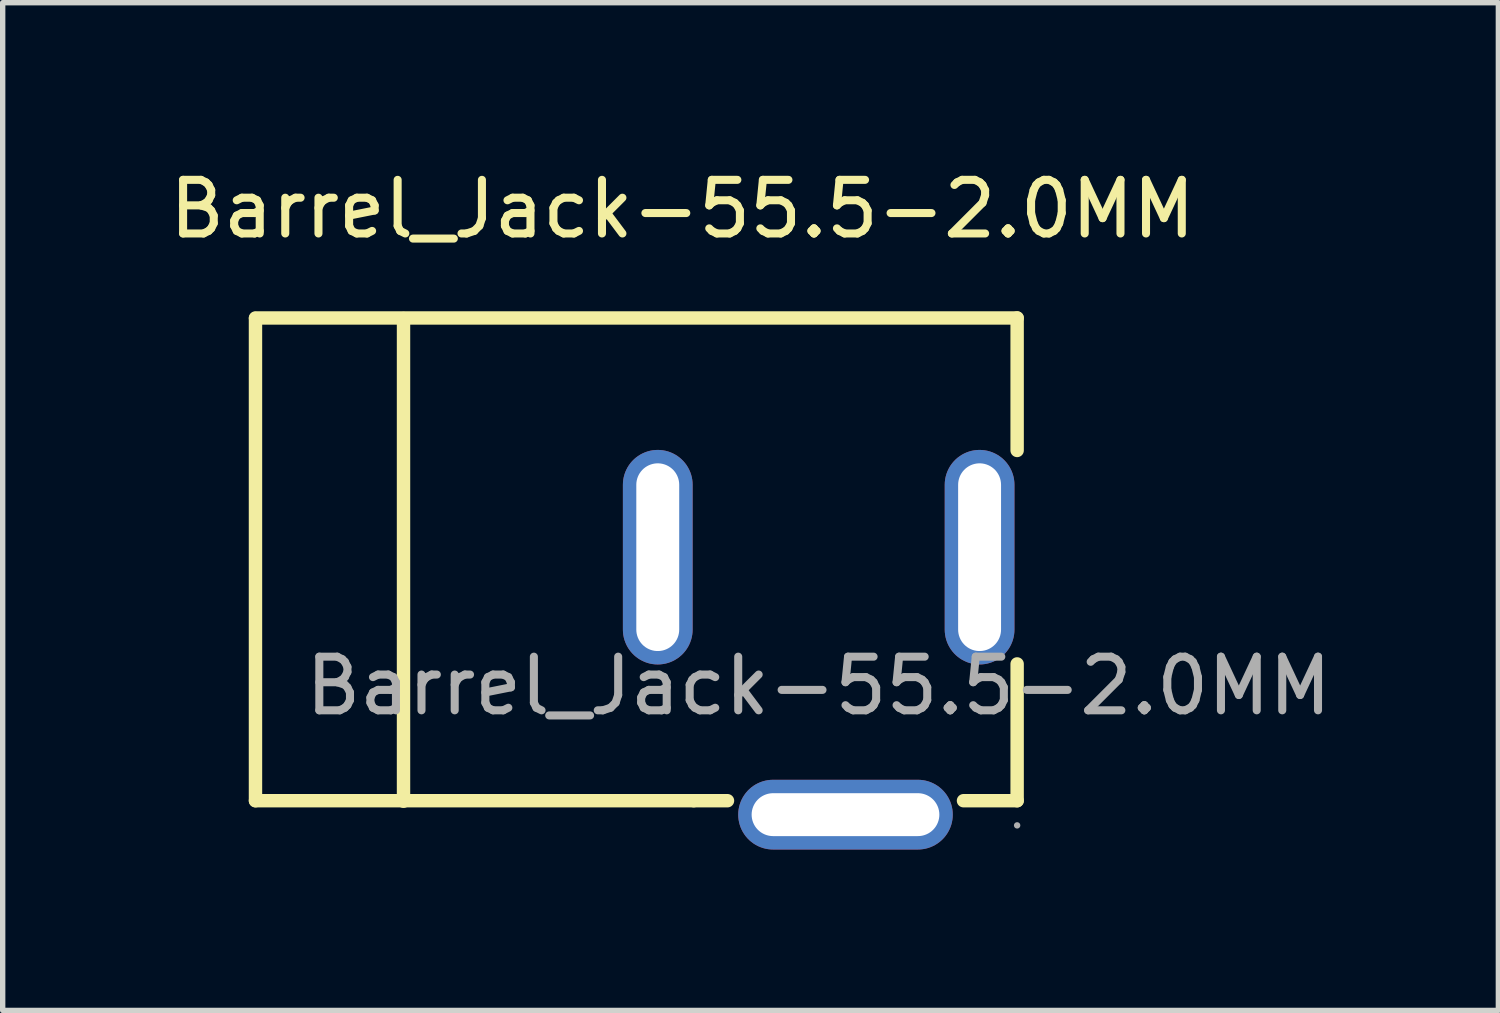
<source format=kicad_pcb>
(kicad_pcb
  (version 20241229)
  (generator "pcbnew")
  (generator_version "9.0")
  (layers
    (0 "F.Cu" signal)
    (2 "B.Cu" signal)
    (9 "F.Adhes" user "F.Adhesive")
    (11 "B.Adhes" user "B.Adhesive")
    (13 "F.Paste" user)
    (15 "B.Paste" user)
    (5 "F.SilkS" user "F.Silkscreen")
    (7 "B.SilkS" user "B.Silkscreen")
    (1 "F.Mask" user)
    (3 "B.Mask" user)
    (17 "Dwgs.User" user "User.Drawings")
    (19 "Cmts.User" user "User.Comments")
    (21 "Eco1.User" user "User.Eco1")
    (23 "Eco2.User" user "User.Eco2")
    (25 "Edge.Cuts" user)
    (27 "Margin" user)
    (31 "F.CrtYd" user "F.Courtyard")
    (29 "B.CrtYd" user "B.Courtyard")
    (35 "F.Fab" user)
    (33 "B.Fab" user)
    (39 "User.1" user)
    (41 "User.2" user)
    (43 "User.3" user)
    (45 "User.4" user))
  (footprint "Barrel_Jack-55.5-2.0MM"
    (layer "F.Cu")
    (at 12.213 9.738)
    (property "Reference" "Barrel_Jack-55.5-2.0MM" (at -2.54 -8.89 0) (layer "F.SilkS") (effects (font (size 1 1) (thickness 0.15))))
    (attr through_hole)
    (fp_line (start -10.5 -6.86) (end 3.7 -6.86) (stroke (width 0.25) (type solid)) (layer "F.SilkS"))
    (fp_line (start -10.5 -6.85) (end -10.5 2.14) (stroke (width 0.25) (type solid)) (layer "F.SilkS"))
    (fp_line (start -10.5 2.14) (end -2.33 2.14) (stroke (width 0.25) (type solid)) (layer "F.SilkS"))
    (fp_line (start -7.74 -6.85) (end -7.74 2.15) (stroke (width 0.25) (type solid)) (layer "F.SilkS"))
    (fp_line (start -1.7 2.14) (end -2.33 2.14) (stroke (width 0.25) (type solid)) (layer "F.SilkS"))
    (fp_line (start 3.7 -6.86) (end 3.7 -4.39) (stroke (width 0.25) (type solid)) (layer "F.SilkS"))
    (fp_line (start 3.7 -0.41) (end 3.7 2.14) (stroke (width 0.25) (type solid)) (layer "F.SilkS"))
    (fp_line (start 3.7 2.14) (end 2.7 2.14) (stroke (width 0.25) (type solid)) (layer "F.SilkS"))
    (fp_circle (center 3.7 2.6) (end 3.73 2.6) (stroke (width 0.06) (type solid)) (fill no) (layer "F.Fab"))
    (fp_text user "${REFERENCE}" (at 0 0 0) (layer "F.Fab") (effects (font (size 1 1) (thickness 0.15))))
    (pad "1" thru_hole oval (at 3 -2.4 90) (size 4 1.3) (drill oval 3.5 0.8) (layers "*.Cu" "*.Mask"))
    (pad "2" thru_hole oval (at 0.5 2.4) (size 4 1.3) (drill oval 3.5 0.8) (layers "*.Cu" "*.Mask"))
    (pad "3" thru_hole oval (at -3 -2.4 270) (size 4 1.3) (drill oval 3.5 0.8) (layers "*.Cu" "*.Mask")))
  (gr_rect
    (start -3 -3)
    (end 24.885 15.788)
    (stroke (width 0.1) (type default))
    (fill no)
    (layer "Edge.Cuts")))
</source>
